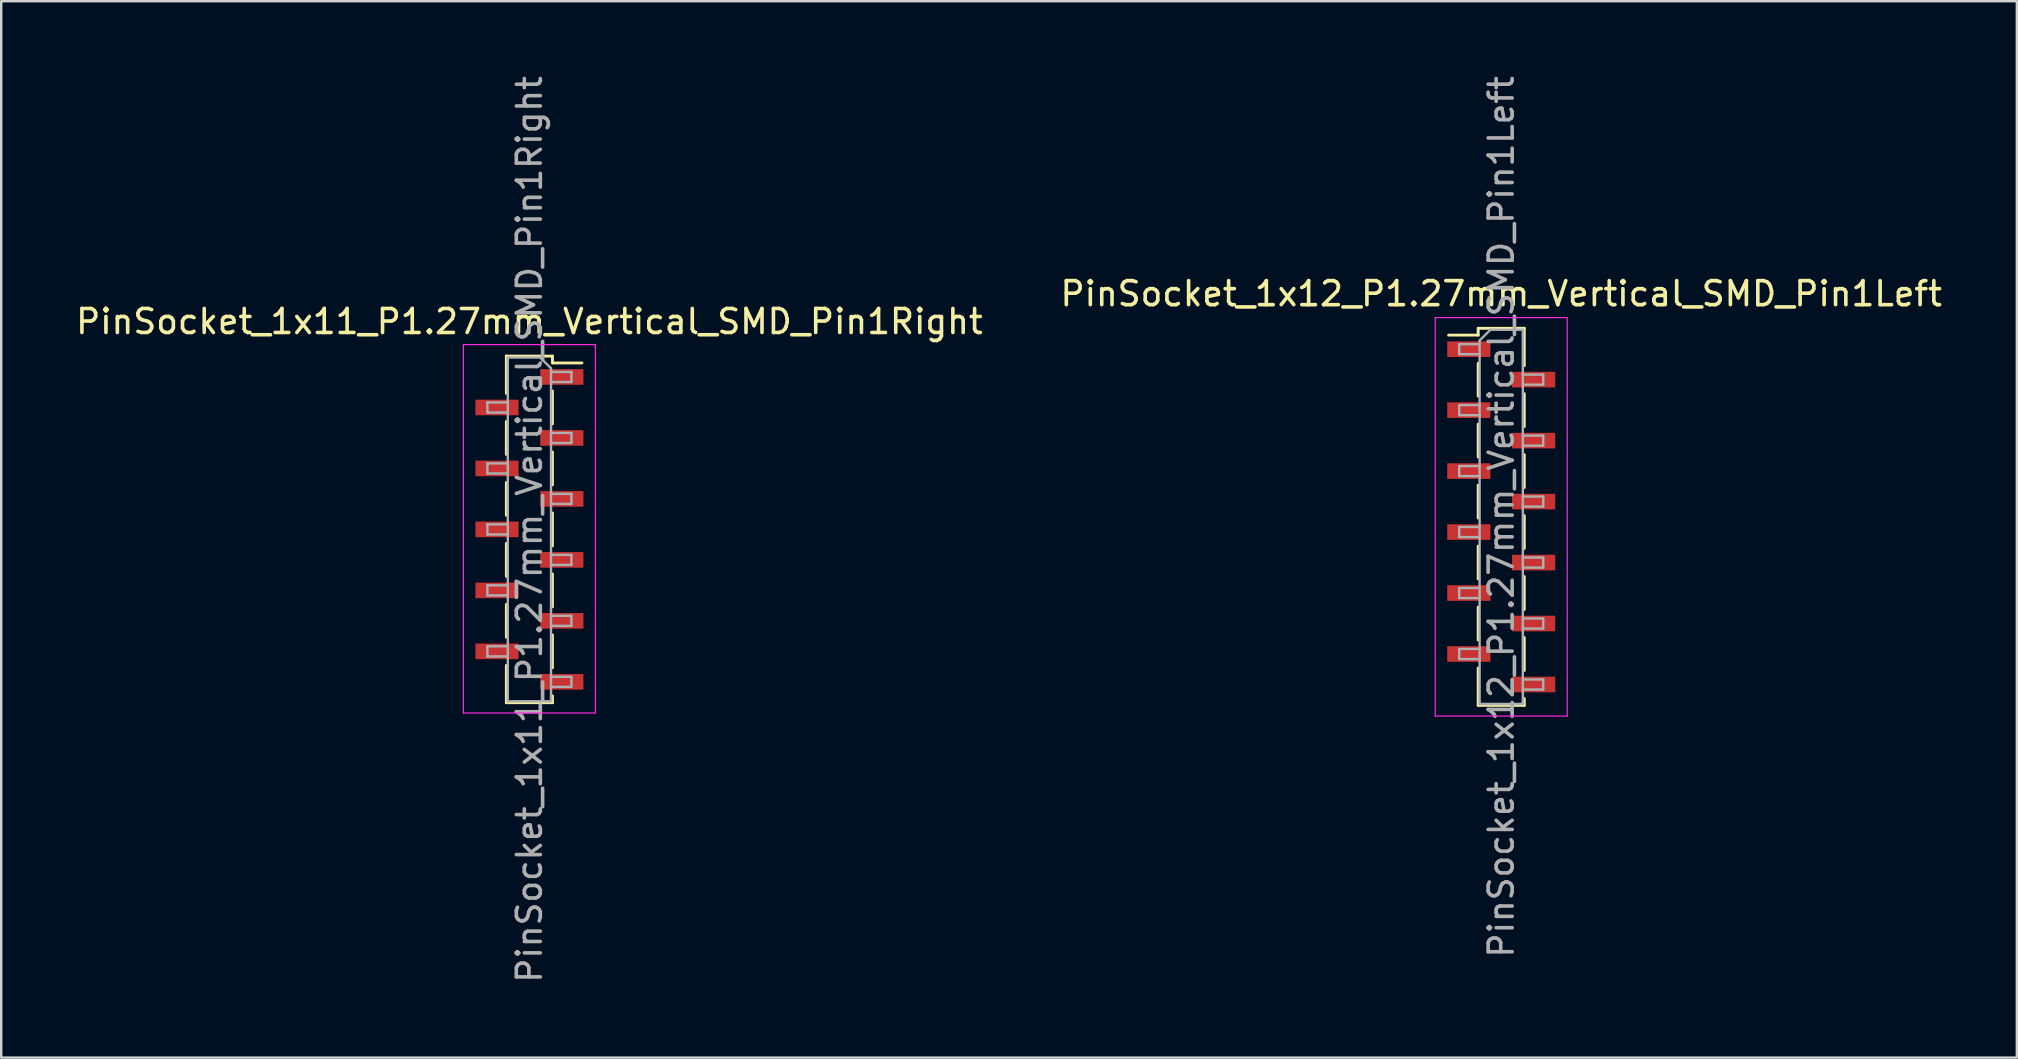
<source format=kicad_pcb>
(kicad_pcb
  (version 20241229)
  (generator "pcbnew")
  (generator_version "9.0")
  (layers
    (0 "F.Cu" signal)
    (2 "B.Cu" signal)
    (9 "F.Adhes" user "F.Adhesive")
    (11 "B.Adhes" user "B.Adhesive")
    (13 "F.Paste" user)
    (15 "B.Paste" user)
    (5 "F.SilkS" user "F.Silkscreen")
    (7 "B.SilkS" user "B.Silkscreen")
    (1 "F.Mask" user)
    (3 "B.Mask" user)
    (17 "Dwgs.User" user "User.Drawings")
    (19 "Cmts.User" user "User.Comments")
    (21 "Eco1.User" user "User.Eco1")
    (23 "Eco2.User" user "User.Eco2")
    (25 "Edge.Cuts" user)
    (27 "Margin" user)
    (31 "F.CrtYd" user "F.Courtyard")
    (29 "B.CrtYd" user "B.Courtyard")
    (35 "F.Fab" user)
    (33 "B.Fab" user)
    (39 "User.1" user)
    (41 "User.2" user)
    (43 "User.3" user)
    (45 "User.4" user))
  (footprint "PinSocket_1x12_P1.27mm_Vertical_SMD_Pin1Left"
    (layer "F.Cu")
    (at 59.494 18.482)
    (property "Reference" "PinSocket_1x12_P1.27mm_Vertical_SMD_Pin1Left" (at 0 -9.295 0) (layer "F.SilkS") (effects (font (size 1 1) (thickness 0.15))))
    (attr smd)
    (fp_line (start -2.19 -7.57) (end -0.96 -7.57) (stroke (width 0.12) (type solid)) (layer "F.SilkS"))
    (fp_line (start -0.96 -7.855) (end -0.96 -7.57) (stroke (width 0.12) (type solid)) (layer "F.SilkS"))
    (fp_line (start -0.96 -7.855) (end 0.96 -7.855) (stroke (width 0.12) (type solid)) (layer "F.SilkS"))
    (fp_line (start -0.96 -6.4) (end -0.96 -5.03) (stroke (width 0.12) (type solid)) (layer "F.SilkS"))
    (fp_line (start -0.96 -3.86) (end -0.96 -2.49) (stroke (width 0.12) (type solid)) (layer "F.SilkS"))
    (fp_line (start -0.96 -1.32) (end -0.96 0.05) (stroke (width 0.12) (type solid)) (layer "F.SilkS"))
    (fp_line (start -0.96 1.22) (end -0.96 2.59) (stroke (width 0.12) (type solid)) (layer "F.SilkS"))
    (fp_line (start -0.96 3.76) (end -0.96 5.13) (stroke (width 0.12) (type solid)) (layer "F.SilkS"))
    (fp_line (start -0.96 6.3) (end -0.96 7.855) (stroke (width 0.12) (type solid)) (layer "F.SilkS"))
    (fp_line (start -0.96 7.855) (end 0.96 7.855) (stroke (width 0.12) (type solid)) (layer "F.SilkS"))
    (fp_line (start 0.96 -7.855) (end 0.96 -6.3) (stroke (width 0.12) (type solid)) (layer "F.SilkS"))
    (fp_line (start 0.96 -5.13) (end 0.96 -3.76) (stroke (width 0.12) (type solid)) (layer "F.SilkS"))
    (fp_line (start 0.96 -2.59) (end 0.96 -1.22) (stroke (width 0.12) (type solid)) (layer "F.SilkS"))
    (fp_line (start 0.96 -0.05) (end 0.96 1.32) (stroke (width 0.12) (type solid)) (layer "F.SilkS"))
    (fp_line (start 0.96 2.49) (end 0.96 3.86) (stroke (width 0.12) (type solid)) (layer "F.SilkS"))
    (fp_line (start 0.96 5.03) (end 0.96 6.4) (stroke (width 0.12) (type solid)) (layer "F.SilkS"))
    (fp_line (start 0.96 7.57) (end 0.96 7.855) (stroke (width 0.12) (type solid)) (layer "F.SilkS"))
    (fp_line (start -2.75 -8.3) (end 2.75 -8.3) (stroke (width 0.05) (type solid)) (layer "F.CrtYd"))
    (fp_line (start -2.75 8.3) (end -2.75 -8.3) (stroke (width 0.05) (type solid)) (layer "F.CrtYd"))
    (fp_line (start 2.75 -8.3) (end 2.75 8.3) (stroke (width 0.05) (type solid)) (layer "F.CrtYd"))
    (fp_line (start 2.75 8.3) (end -2.75 8.3) (stroke (width 0.05) (type solid)) (layer "F.CrtYd"))
    (fp_line (start -1.75 -7.195) (end -0.9 -7.195) (stroke (width 0.1) (type solid)) (layer "F.Fab"))
    (fp_line (start -1.75 -6.775) (end -1.75 -7.195) (stroke (width 0.1) (type solid)) (layer "F.Fab"))
    (fp_line (start -1.75 -4.655) (end -0.9 -4.655) (stroke (width 0.1) (type solid)) (layer "F.Fab"))
    (fp_line (start -1.75 -4.235) (end -1.75 -4.655) (stroke (width 0.1) (type solid)) (layer "F.Fab"))
    (fp_line (start -1.75 -2.115) (end -0.9 -2.115) (stroke (width 0.1) (type solid)) (layer "F.Fab"))
    (fp_line (start -1.75 -1.695) (end -1.75 -2.115) (stroke (width 0.1) (type solid)) (layer "F.Fab"))
    (fp_line (start -1.75 0.425) (end -0.9 0.425) (stroke (width 0.1) (type solid)) (layer "F.Fab"))
    (fp_line (start -1.75 0.845) (end -1.75 0.425) (stroke (width 0.1) (type solid)) (layer "F.Fab"))
    (fp_line (start -1.75 2.965) (end -0.9 2.965) (stroke (width 0.1) (type solid)) (layer "F.Fab"))
    (fp_line (start -1.75 3.385) (end -1.75 2.965) (stroke (width 0.1) (type solid)) (layer "F.Fab"))
    (fp_line (start -1.75 5.505) (end -0.9 5.505) (stroke (width 0.1) (type solid)) (layer "F.Fab"))
    (fp_line (start -1.75 5.925) (end -1.75 5.505) (stroke (width 0.1) (type solid)) (layer "F.Fab"))
    (fp_line (start -0.9 -7.345) (end -0.45 -7.795) (stroke (width 0.1) (type solid)) (layer "F.Fab"))
    (fp_line (start -0.9 -6.775) (end -1.75 -6.775) (stroke (width 0.1) (type solid)) (layer "F.Fab"))
    (fp_line (start -0.9 -4.235) (end -1.75 -4.235) (stroke (width 0.1) (type solid)) (layer "F.Fab"))
    (fp_line (start -0.9 -1.695) (end -1.75 -1.695) (stroke (width 0.1) (type solid)) (layer "F.Fab"))
    (fp_line (start -0.9 0.845) (end -1.75 0.845) (stroke (width 0.1) (type solid)) (layer "F.Fab"))
    (fp_line (start -0.9 3.385) (end -1.75 3.385) (stroke (width 0.1) (type solid)) (layer "F.Fab"))
    (fp_line (start -0.9 5.925) (end -1.75 5.925) (stroke (width 0.1) (type solid)) (layer "F.Fab"))
    (fp_line (start -0.9 7.795) (end -0.9 -7.345) (stroke (width 0.1) (type solid)) (layer "F.Fab"))
    (fp_line (start -0.45 -7.795) (end 0.9 -7.795) (stroke (width 0.1) (type solid)) (layer "F.Fab"))
    (fp_line (start 0.9 -7.795) (end 0.9 7.795) (stroke (width 0.1) (type solid)) (layer "F.Fab"))
    (fp_line (start 0.9 -5.925) (end 1.75 -5.925) (stroke (width 0.1) (type solid)) (layer "F.Fab"))
    (fp_line (start 0.9 -3.385) (end 1.75 -3.385) (stroke (width 0.1) (type solid)) (layer "F.Fab"))
    (fp_line (start 0.9 -0.845) (end 1.75 -0.845) (stroke (width 0.1) (type solid)) (layer "F.Fab"))
    (fp_line (start 0.9 1.695) (end 1.75 1.695) (stroke (width 0.1) (type solid)) (layer "F.Fab"))
    (fp_line (start 0.9 4.235) (end 1.75 4.235) (stroke (width 0.1) (type solid)) (layer "F.Fab"))
    (fp_line (start 0.9 6.775) (end 1.75 6.775) (stroke (width 0.1) (type solid)) (layer "F.Fab"))
    (fp_line (start 0.9 7.795) (end -0.9 7.795) (stroke (width 0.1) (type solid)) (layer "F.Fab"))
    (fp_line (start 1.75 -5.925) (end 1.75 -5.505) (stroke (width 0.1) (type solid)) (layer "F.Fab"))
    (fp_line (start 1.75 -5.505) (end 0.9 -5.505) (stroke (width 0.1) (type solid)) (layer "F.Fab"))
    (fp_line (start 1.75 -3.385) (end 1.75 -2.965) (stroke (width 0.1) (type solid)) (layer "F.Fab"))
    (fp_line (start 1.75 -2.965) (end 0.9 -2.965) (stroke (width 0.1) (type solid)) (layer "F.Fab"))
    (fp_line (start 1.75 -0.845) (end 1.75 -0.425) (stroke (width 0.1) (type solid)) (layer "F.Fab"))
    (fp_line (start 1.75 -0.425) (end 0.9 -0.425) (stroke (width 0.1) (type solid)) (layer "F.Fab"))
    (fp_line (start 1.75 1.695) (end 1.75 2.115) (stroke (width 0.1) (type solid)) (layer "F.Fab"))
    (fp_line (start 1.75 2.115) (end 0.9 2.115) (stroke (width 0.1) (type solid)) (layer "F.Fab"))
    (fp_line (start 1.75 4.235) (end 1.75 4.655) (stroke (width 0.1) (type solid)) (layer "F.Fab"))
    (fp_line (start 1.75 4.655) (end 0.9 4.655) (stroke (width 0.1) (type solid)) (layer "F.Fab"))
    (fp_line (start 1.75 6.775) (end 1.75 7.195) (stroke (width 0.1) (type solid)) (layer "F.Fab"))
    (fp_line (start 1.75 7.195) (end 0.9 7.195) (stroke (width 0.1) (type solid)) (layer "F.Fab"))
    (fp_text user "${REFERENCE}" (at 0 0 90) (layer "F.Fab") (effects (font (size 1 1) (thickness 0.15))))
    (pad "1" smd rect (at -1.35 -6.985) (size 1.8 0.65) (layers "F.Cu" "F.Mask" "F.Paste"))
    (pad "2" smd rect (at 1.35 -5.715) (size 1.8 0.65) (layers "F.Cu" "F.Mask" "F.Paste"))
    (pad "3" smd rect (at -1.35 -4.445) (size 1.8 0.65) (layers "F.Cu" "F.Mask" "F.Paste"))
    (pad "4" smd rect (at 1.35 -3.175) (size 1.8 0.65) (layers "F.Cu" "F.Mask" "F.Paste"))
    (pad "5" smd rect (at -1.35 -1.905) (size 1.8 0.65) (layers "F.Cu" "F.Mask" "F.Paste"))
    (pad "6" smd rect (at 1.35 -0.635) (size 1.8 0.65) (layers "F.Cu" "F.Mask" "F.Paste"))
    (pad "7" smd rect (at -1.35 0.635) (size 1.8 0.65) (layers "F.Cu" "F.Mask" "F.Paste"))
    (pad "8" smd rect (at 1.35 1.905) (size 1.8 0.65) (layers "F.Cu" "F.Mask" "F.Paste"))
    (pad "9" smd rect (at -1.35 3.175) (size 1.8 0.65) (layers "F.Cu" "F.Mask" "F.Paste"))
    (pad "10" smd rect (at 1.35 4.445) (size 1.8 0.65) (layers "F.Cu" "F.Mask" "F.Paste"))
    (pad "11" smd rect (at -1.35 5.715) (size 1.8 0.65) (layers "F.Cu" "F.Mask" "F.Paste"))
    (pad "12" smd rect (at 1.35 6.985) (size 1.8 0.65) (layers "F.Cu" "F.Mask" "F.Paste")))
  (footprint "PinSocket_1x11_P1.27mm_Vertical_SMD_Pin1Right"
    (layer "F.Cu")
    (at 19.006 19.006)
    (property "Reference" "PinSocket_1x11_P1.27mm_Vertical_SMD_Pin1Right" (at 0 -8.66 0) (layer "F.SilkS") (effects (font (size 1 1) (thickness 0.15))))
    (attr smd)
    (fp_line (start -0.96 -7.22) (end -0.96 -5.665) (stroke (width 0.12) (type solid)) (layer "F.SilkS"))
    (fp_line (start -0.96 -7.22) (end 0.96 -7.22) (stroke (width 0.12) (type solid)) (layer "F.SilkS"))
    (fp_line (start -0.96 -4.495) (end -0.96 -3.125) (stroke (width 0.12) (type solid)) (layer "F.SilkS"))
    (fp_line (start -0.96 -1.955) (end -0.96 -0.585) (stroke (width 0.12) (type solid)) (layer "F.SilkS"))
    (fp_line (start -0.96 0.585) (end -0.96 1.955) (stroke (width 0.12) (type solid)) (layer "F.SilkS"))
    (fp_line (start -0.96 3.125) (end -0.96 4.495) (stroke (width 0.12) (type solid)) (layer "F.SilkS"))
    (fp_line (start -0.96 5.665) (end -0.96 7.22) (stroke (width 0.12) (type solid)) (layer "F.SilkS"))
    (fp_line (start -0.96 7.22) (end 0.96 7.22) (stroke (width 0.12) (type solid)) (layer "F.SilkS"))
    (fp_line (start 0.96 -7.22) (end 0.96 -6.935) (stroke (width 0.12) (type solid)) (layer "F.SilkS"))
    (fp_line (start 0.96 -6.935) (end 2.19 -6.935) (stroke (width 0.12) (type solid)) (layer "F.SilkS"))
    (fp_line (start 0.96 -5.765) (end 0.96 -4.395) (stroke (width 0.12) (type solid)) (layer "F.SilkS"))
    (fp_line (start 0.96 -3.225) (end 0.96 -1.855) (stroke (width 0.12) (type solid)) (layer "F.SilkS"))
    (fp_line (start 0.96 -0.685) (end 0.96 0.685) (stroke (width 0.12) (type solid)) (layer "F.SilkS"))
    (fp_line (start 0.96 1.855) (end 0.96 3.225) (stroke (width 0.12) (type solid)) (layer "F.SilkS"))
    (fp_line (start 0.96 4.395) (end 0.96 5.765) (stroke (width 0.12) (type solid)) (layer "F.SilkS"))
    (fp_line (start 0.96 6.935) (end 0.96 7.22) (stroke (width 0.12) (type solid)) (layer "F.SilkS"))
    (fp_line (start -2.75 -7.7) (end 2.75 -7.7) (stroke (width 0.05) (type solid)) (layer "F.CrtYd"))
    (fp_line (start -2.75 7.65) (end -2.75 -7.7) (stroke (width 0.05) (type solid)) (layer "F.CrtYd"))
    (fp_line (start 2.75 -7.7) (end 2.75 7.65) (stroke (width 0.05) (type solid)) (layer "F.CrtYd"))
    (fp_line (start 2.75 7.65) (end -2.75 7.65) (stroke (width 0.05) (type solid)) (layer "F.CrtYd"))
    (fp_line (start -1.75 -5.29) (end -0.9 -5.29) (stroke (width 0.1) (type solid)) (layer "F.Fab"))
    (fp_line (start -1.75 -4.87) (end -1.75 -5.29) (stroke (width 0.1) (type solid)) (layer "F.Fab"))
    (fp_line (start -1.75 -2.75) (end -0.9 -2.75) (stroke (width 0.1) (type solid)) (layer "F.Fab"))
    (fp_line (start -1.75 -2.33) (end -1.75 -2.75) (stroke (width 0.1) (type solid)) (layer "F.Fab"))
    (fp_line (start -1.75 -0.21) (end -0.9 -0.21) (stroke (width 0.1) (type solid)) (layer "F.Fab"))
    (fp_line (start -1.75 0.21) (end -1.75 -0.21) (stroke (width 0.1) (type solid)) (layer "F.Fab"))
    (fp_line (start -1.75 2.33) (end -0.9 2.33) (stroke (width 0.1) (type solid)) (layer "F.Fab"))
    (fp_line (start -1.75 2.75) (end -1.75 2.33) (stroke (width 0.1) (type solid)) (layer "F.Fab"))
    (fp_line (start -1.75 4.87) (end -0.9 4.87) (stroke (width 0.1) (type solid)) (layer "F.Fab"))
    (fp_line (start -1.75 5.29) (end -1.75 4.87) (stroke (width 0.1) (type solid)) (layer "F.Fab"))
    (fp_line (start -0.9 -7.16) (end 0.45 -7.16) (stroke (width 0.1) (type solid)) (layer "F.Fab"))
    (fp_line (start -0.9 -4.87) (end -1.75 -4.87) (stroke (width 0.1) (type solid)) (layer "F.Fab"))
    (fp_line (start -0.9 -2.33) (end -1.75 -2.33) (stroke (width 0.1) (type solid)) (layer "F.Fab"))
    (fp_line (start -0.9 0.21) (end -1.75 0.21) (stroke (width 0.1) (type solid)) (layer "F.Fab"))
    (fp_line (start -0.9 2.75) (end -1.75 2.75) (stroke (width 0.1) (type solid)) (layer "F.Fab"))
    (fp_line (start -0.9 5.29) (end -1.75 5.29) (stroke (width 0.1) (type solid)) (layer "F.Fab"))
    (fp_line (start -0.9 7.16) (end -0.9 -7.16) (stroke (width 0.1) (type solid)) (layer "F.Fab"))
    (fp_line (start 0.45 -7.16) (end 0.9 -6.71) (stroke (width 0.1) (type solid)) (layer "F.Fab"))
    (fp_line (start 0.9 -6.71) (end 0.9 7.16) (stroke (width 0.1) (type solid)) (layer "F.Fab"))
    (fp_line (start 0.9 -6.56) (end 1.75 -6.56) (stroke (width 0.1) (type solid)) (layer "F.Fab"))
    (fp_line (start 0.9 -4.02) (end 1.75 -4.02) (stroke (width 0.1) (type solid)) (layer "F.Fab"))
    (fp_line (start 0.9 -1.48) (end 1.75 -1.48) (stroke (width 0.1) (type solid)) (layer "F.Fab"))
    (fp_line (start 0.9 1.06) (end 1.75 1.06) (stroke (width 0.1) (type solid)) (layer "F.Fab"))
    (fp_line (start 0.9 3.6) (end 1.75 3.6) (stroke (width 0.1) (type solid)) (layer "F.Fab"))
    (fp_line (start 0.9 6.14) (end 1.75 6.14) (stroke (width 0.1) (type solid)) (layer "F.Fab"))
    (fp_line (start 0.9 7.16) (end -0.9 7.16) (stroke (width 0.1) (type solid)) (layer "F.Fab"))
    (fp_line (start 1.75 -6.56) (end 1.75 -6.14) (stroke (width 0.1) (type solid)) (layer "F.Fab"))
    (fp_line (start 1.75 -6.14) (end 0.9 -6.14) (stroke (width 0.1) (type solid)) (layer "F.Fab"))
    (fp_line (start 1.75 -4.02) (end 1.75 -3.6) (stroke (width 0.1) (type solid)) (layer "F.Fab"))
    (fp_line (start 1.75 -3.6) (end 0.9 -3.6) (stroke (width 0.1) (type solid)) (layer "F.Fab"))
    (fp_line (start 1.75 -1.48) (end 1.75 -1.06) (stroke (width 0.1) (type solid)) (layer "F.Fab"))
    (fp_line (start 1.75 -1.06) (end 0.9 -1.06) (stroke (width 0.1) (type solid)) (layer "F.Fab"))
    (fp_line (start 1.75 1.06) (end 1.75 1.48) (stroke (width 0.1) (type solid)) (layer "F.Fab"))
    (fp_line (start 1.75 1.48) (end 0.9 1.48) (stroke (width 0.1) (type solid)) (layer "F.Fab"))
    (fp_line (start 1.75 3.6) (end 1.75 4.02) (stroke (width 0.1) (type solid)) (layer "F.Fab"))
    (fp_line (start 1.75 4.02) (end 0.9 4.02) (stroke (width 0.1) (type solid)) (layer "F.Fab"))
    (fp_line (start 1.75 6.14) (end 1.75 6.56) (stroke (width 0.1) (type solid)) (layer "F.Fab"))
    (fp_line (start 1.75 6.56) (end 0.9 6.56) (stroke (width 0.1) (type solid)) (layer "F.Fab"))
    (fp_text user "${REFERENCE}" (at 0 0 90) (layer "F.Fab") (effects (font (size 1 1) (thickness 0.15))))
    (pad "1" smd rect (at 1.35 -6.35) (size 1.8 0.65) (layers "F.Cu" "F.Mask" "F.Paste"))
    (pad "2" smd rect (at -1.35 -5.08) (size 1.8 0.65) (layers "F.Cu" "F.Mask" "F.Paste"))
    (pad "3" smd rect (at 1.35 -3.81) (size 1.8 0.65) (layers "F.Cu" "F.Mask" "F.Paste"))
    (pad "4" smd rect (at -1.35 -2.54) (size 1.8 0.65) (layers "F.Cu" "F.Mask" "F.Paste"))
    (pad "5" smd rect (at 1.35 -1.27) (size 1.8 0.65) (layers "F.Cu" "F.Mask" "F.Paste"))
    (pad "6" smd rect (at -1.35 0) (size 1.8 0.65) (layers "F.Cu" "F.Mask" "F.Paste"))
    (pad "7" smd rect (at 1.35 1.27) (size 1.8 0.65) (layers "F.Cu" "F.Mask" "F.Paste"))
    (pad "8" smd rect (at -1.35 2.54) (size 1.8 0.65) (layers "F.Cu" "F.Mask" "F.Paste"))
    (pad "9" smd rect (at 1.35 3.81) (size 1.8 0.65) (layers "F.Cu" "F.Mask" "F.Paste"))
    (pad "10" smd rect (at -1.35 5.08) (size 1.8 0.65) (layers "F.Cu" "F.Mask" "F.Paste"))
    (pad "11" smd rect (at 1.35 6.35) (size 1.8 0.65) (layers "F.Cu" "F.Mask" "F.Paste")))
  (gr_rect
    (start -3 -3)
    (end 80.976 41.012)
    (stroke (width 0.1) (type default))
    (fill no)
    (layer "Edge.Cuts")))
</source>
